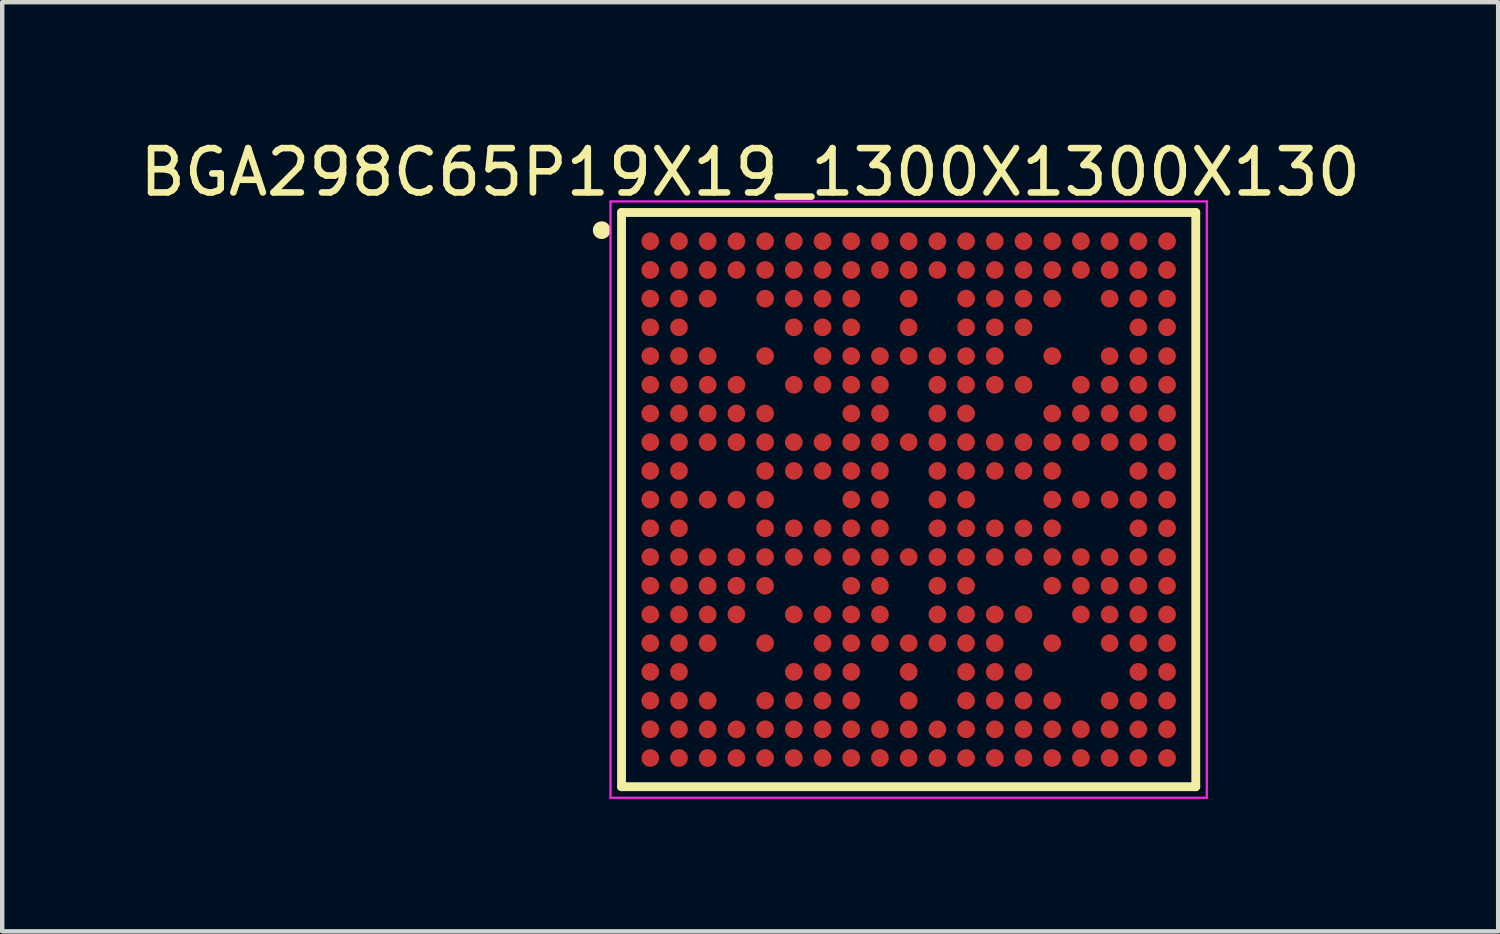
<source format=kicad_pcb>
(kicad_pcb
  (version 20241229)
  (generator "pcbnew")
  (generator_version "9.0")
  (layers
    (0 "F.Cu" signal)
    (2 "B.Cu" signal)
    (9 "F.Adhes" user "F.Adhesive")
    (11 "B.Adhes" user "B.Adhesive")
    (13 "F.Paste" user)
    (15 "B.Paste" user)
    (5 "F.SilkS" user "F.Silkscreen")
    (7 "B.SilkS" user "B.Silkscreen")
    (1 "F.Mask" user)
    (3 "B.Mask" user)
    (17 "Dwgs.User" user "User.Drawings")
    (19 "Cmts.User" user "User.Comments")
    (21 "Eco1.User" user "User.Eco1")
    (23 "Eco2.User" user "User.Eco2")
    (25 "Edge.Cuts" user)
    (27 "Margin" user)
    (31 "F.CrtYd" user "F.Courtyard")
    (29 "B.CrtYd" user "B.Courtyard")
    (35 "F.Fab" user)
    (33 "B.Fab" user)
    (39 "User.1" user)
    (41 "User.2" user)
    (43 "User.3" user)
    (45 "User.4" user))
  (footprint "BGA298C65P19X19_1300X1300X130"
    (layer "F.Cu")
    (at 17.522 8.261)
    (property "Reference" "BGA298C65P19X19_1300X1300X130" (at -3.587 -7.411 0) (layer "F.SilkS") (effects (font (size 1.003 1.003) (thickness 0.15))))
    (attr through_hole)
    (fp_line (start -6.5 -6.5) (end 6.5 -6.5) (stroke (width 0.2) (type solid)) (layer "F.SilkS"))
    (fp_line (start -6.5 6.5) (end -6.5 -6.5) (stroke (width 0.2) (type solid)) (layer "F.SilkS"))
    (fp_line (start 6.5 -6.5) (end 6.5 6.5) (stroke (width 0.2) (type solid)) (layer "F.SilkS"))
    (fp_line (start 6.5 6.5) (end -6.5 6.5) (stroke (width 0.2) (type solid)) (layer "F.SilkS"))
    (fp_circle (center -6.95 -6.1) (end -6.85 -6.1) (stroke (width 0.2) (type solid)) (fill no) (layer "F.SilkS"))
    (fp_line (start -6.75 -6.75) (end 6.75 -6.75) (stroke (width 0.05) (type solid)) (layer "F.CrtYd"))
    (fp_line (start -6.75 6.75) (end -6.75 -6.75) (stroke (width 0.05) (type solid)) (layer "F.CrtYd"))
    (fp_line (start 6.75 -6.75) (end 6.75 6.75) (stroke (width 0.05) (type solid)) (layer "F.CrtYd"))
    (fp_line (start 6.75 6.75) (end -6.75 6.75) (stroke (width 0.05) (type solid)) (layer "F.CrtYd"))
    (pad "A1" smd circle (at -5.85 -5.85) (size 0.4 0.4) (layers "F.Cu" "F.Mask" "F.Paste"))
    (pad "A2" smd circle (at -5.2 -5.85) (size 0.4 0.4) (layers "F.Cu" "F.Mask" "F.Paste"))
    (pad "A3" smd circle (at -4.55 -5.85) (size 0.4 0.4) (layers "F.Cu" "F.Mask" "F.Paste"))
    (pad "A4" smd circle (at -3.9 -5.85) (size 0.4 0.4) (layers "F.Cu" "F.Mask" "F.Paste"))
    (pad "A5" smd circle (at -3.25 -5.85) (size 0.4 0.4) (layers "F.Cu" "F.Mask" "F.Paste"))
    (pad "A6" smd circle (at -2.6 -5.85) (size 0.4 0.4) (layers "F.Cu" "F.Mask" "F.Paste"))
    (pad "A7" smd circle (at -1.95 -5.85) (size 0.4 0.4) (layers "F.Cu" "F.Mask" "F.Paste"))
    (pad "A8" smd circle (at -1.3 -5.85) (size 0.4 0.4) (layers "F.Cu" "F.Mask" "F.Paste"))
    (pad "A9" smd circle (at -0.65 -5.85) (size 0.4 0.4) (layers "F.Cu" "F.Mask" "F.Paste"))
    (pad "A10" smd circle (at 0 -5.85) (size 0.4 0.4) (layers "F.Cu" "F.Mask" "F.Paste"))
    (pad "A11" smd circle (at 0.65 -5.85) (size 0.4 0.4) (layers "F.Cu" "F.Mask" "F.Paste"))
    (pad "A12" smd circle (at 1.3 -5.85) (size 0.4 0.4) (layers "F.Cu" "F.Mask" "F.Paste"))
    (pad "A13" smd circle (at 1.95 -5.85) (size 0.4 0.4) (layers "F.Cu" "F.Mask" "F.Paste"))
    (pad "A14" smd circle (at 2.6 -5.85) (size 0.4 0.4) (layers "F.Cu" "F.Mask" "F.Paste"))
    (pad "A15" smd circle (at 3.25 -5.85) (size 0.4 0.4) (layers "F.Cu" "F.Mask" "F.Paste"))
    (pad "A16" smd circle (at 3.9 -5.85) (size 0.4 0.4) (layers "F.Cu" "F.Mask" "F.Paste"))
    (pad "A17" smd circle (at 4.55 -5.85) (size 0.4 0.4) (layers "F.Cu" "F.Mask" "F.Paste"))
    (pad "A18" smd circle (at 5.2 -5.85) (size 0.4 0.4) (layers "F.Cu" "F.Mask" "F.Paste"))
    (pad "A19" smd circle (at 5.85 -5.85) (size 0.4 0.4) (layers "F.Cu" "F.Mask" "F.Paste"))
    (pad "B1" smd circle (at -5.85 -5.2) (size 0.4 0.4) (layers "F.Cu" "F.Mask" "F.Paste"))
    (pad "B2" smd circle (at -5.2 -5.2) (size 0.4 0.4) (layers "F.Cu" "F.Mask" "F.Paste"))
    (pad "B3" smd circle (at -4.55 -5.2) (size 0.4 0.4) (layers "F.Cu" "F.Mask" "F.Paste"))
    (pad "B4" smd circle (at -3.9 -5.2) (size 0.4 0.4) (layers "F.Cu" "F.Mask" "F.Paste"))
    (pad "B5" smd circle (at -3.25 -5.2) (size 0.4 0.4) (layers "F.Cu" "F.Mask" "F.Paste"))
    (pad "B6" smd circle (at -2.6 -5.2) (size 0.4 0.4) (layers "F.Cu" "F.Mask" "F.Paste"))
    (pad "B7" smd circle (at -1.95 -5.2) (size 0.4 0.4) (layers "F.Cu" "F.Mask" "F.Paste"))
    (pad "B8" smd circle (at -1.3 -5.2) (size 0.4 0.4) (layers "F.Cu" "F.Mask" "F.Paste"))
    (pad "B9" smd circle (at -0.65 -5.2) (size 0.4 0.4) (layers "F.Cu" "F.Mask" "F.Paste"))
    (pad "B10" smd circle (at 0 -5.2) (size 0.4 0.4) (layers "F.Cu" "F.Mask" "F.Paste"))
    (pad "B11" smd circle (at 0.65 -5.2) (size 0.4 0.4) (layers "F.Cu" "F.Mask" "F.Paste"))
    (pad "B12" smd circle (at 1.3 -5.2) (size 0.4 0.4) (layers "F.Cu" "F.Mask" "F.Paste"))
    (pad "B13" smd circle (at 1.95 -5.2) (size 0.4 0.4) (layers "F.Cu" "F.Mask" "F.Paste"))
    (pad "B14" smd circle (at 2.6 -5.2) (size 0.4 0.4) (layers "F.Cu" "F.Mask" "F.Paste"))
    (pad "B15" smd circle (at 3.25 -5.2) (size 0.4 0.4) (layers "F.Cu" "F.Mask" "F.Paste"))
    (pad "B16" smd circle (at 3.9 -5.2) (size 0.4 0.4) (layers "F.Cu" "F.Mask" "F.Paste"))
    (pad "B17" smd circle (at 4.55 -5.2) (size 0.4 0.4) (layers "F.Cu" "F.Mask" "F.Paste"))
    (pad "B18" smd circle (at 5.2 -5.2) (size 0.4 0.4) (layers "F.Cu" "F.Mask" "F.Paste"))
    (pad "B19" smd circle (at 5.85 -5.2) (size 0.4 0.4) (layers "F.Cu" "F.Mask" "F.Paste"))
    (pad "C1" smd circle (at -5.85 -4.55) (size 0.4 0.4) (layers "F.Cu" "F.Mask" "F.Paste"))
    (pad "C2" smd circle (at -5.2 -4.55) (size 0.4 0.4) (layers "F.Cu" "F.Mask" "F.Paste"))
    (pad "C3" smd circle (at -4.55 -4.55) (size 0.4 0.4) (layers "F.Cu" "F.Mask" "F.Paste"))
    (pad "C5" smd circle (at -3.25 -4.55) (size 0.4 0.4) (layers "F.Cu" "F.Mask" "F.Paste"))
    (pad "C6" smd circle (at -2.6 -4.55) (size 0.4 0.4) (layers "F.Cu" "F.Mask" "F.Paste"))
    (pad "C7" smd circle (at -1.95 -4.55) (size 0.4 0.4) (layers "F.Cu" "F.Mask" "F.Paste"))
    (pad "C8" smd circle (at -1.3 -4.55) (size 0.4 0.4) (layers "F.Cu" "F.Mask" "F.Paste"))
    (pad "C10" smd circle (at 0 -4.55) (size 0.4 0.4) (layers "F.Cu" "F.Mask" "F.Paste"))
    (pad "C12" smd circle (at 1.3 -4.55) (size 0.4 0.4) (layers "F.Cu" "F.Mask" "F.Paste"))
    (pad "C13" smd circle (at 1.95 -4.55) (size 0.4 0.4) (layers "F.Cu" "F.Mask" "F.Paste"))
    (pad "C14" smd circle (at 2.6 -4.55) (size 0.4 0.4) (layers "F.Cu" "F.Mask" "F.Paste"))
    (pad "C15" smd circle (at 3.25 -4.55) (size 0.4 0.4) (layers "F.Cu" "F.Mask" "F.Paste"))
    (pad "C17" smd circle (at 4.55 -4.55) (size 0.4 0.4) (layers "F.Cu" "F.Mask" "F.Paste"))
    (pad "C18" smd circle (at 5.2 -4.55) (size 0.4 0.4) (layers "F.Cu" "F.Mask" "F.Paste"))
    (pad "C19" smd circle (at 5.85 -4.55) (size 0.4 0.4) (layers "F.Cu" "F.Mask" "F.Paste"))
    (pad "D1" smd circle (at -5.85 -3.9) (size 0.4 0.4) (layers "F.Cu" "F.Mask" "F.Paste"))
    (pad "D2" smd circle (at -5.2 -3.9) (size 0.4 0.4) (layers "F.Cu" "F.Mask" "F.Paste"))
    (pad "D6" smd circle (at -2.6 -3.9) (size 0.4 0.4) (layers "F.Cu" "F.Mask" "F.Paste"))
    (pad "D7" smd circle (at -1.95 -3.9) (size 0.4 0.4) (layers "F.Cu" "F.Mask" "F.Paste"))
    (pad "D8" smd circle (at -1.3 -3.9) (size 0.4 0.4) (layers "F.Cu" "F.Mask" "F.Paste"))
    (pad "D10" smd circle (at 0 -3.9) (size 0.4 0.4) (layers "F.Cu" "F.Mask" "F.Paste"))
    (pad "D12" smd circle (at 1.3 -3.9) (size 0.4 0.4) (layers "F.Cu" "F.Mask" "F.Paste"))
    (pad "D13" smd circle (at 1.95 -3.9) (size 0.4 0.4) (layers "F.Cu" "F.Mask" "F.Paste"))
    (pad "D14" smd circle (at 2.6 -3.9) (size 0.4 0.4) (layers "F.Cu" "F.Mask" "F.Paste"))
    (pad "D18" smd circle (at 5.2 -3.9) (size 0.4 0.4) (layers "F.Cu" "F.Mask" "F.Paste"))
    (pad "D19" smd circle (at 5.85 -3.9) (size 0.4 0.4) (layers "F.Cu" "F.Mask" "F.Paste"))
    (pad "E1" smd circle (at -5.85 -3.25) (size 0.4 0.4) (layers "F.Cu" "F.Mask" "F.Paste"))
    (pad "E2" smd circle (at -5.2 -3.25) (size 0.4 0.4) (layers "F.Cu" "F.Mask" "F.Paste"))
    (pad "E3" smd circle (at -4.55 -3.25) (size 0.4 0.4) (layers "F.Cu" "F.Mask" "F.Paste"))
    (pad "E5" smd circle (at -3.25 -3.25) (size 0.4 0.4) (layers "F.Cu" "F.Mask" "F.Paste"))
    (pad "E7" smd circle (at -1.95 -3.25) (size 0.4 0.4) (layers "F.Cu" "F.Mask" "F.Paste"))
    (pad "E8" smd circle (at -1.3 -3.25) (size 0.4 0.4) (layers "F.Cu" "F.Mask" "F.Paste"))
    (pad "E9" smd circle (at -0.65 -3.25) (size 0.4 0.4) (layers "F.Cu" "F.Mask" "F.Paste"))
    (pad "E10" smd circle (at 0 -3.25) (size 0.4 0.4) (layers "F.Cu" "F.Mask" "F.Paste"))
    (pad "E11" smd circle (at 0.65 -3.25) (size 0.4 0.4) (layers "F.Cu" "F.Mask" "F.Paste"))
    (pad "E12" smd circle (at 1.3 -3.25) (size 0.4 0.4) (layers "F.Cu" "F.Mask" "F.Paste"))
    (pad "E13" smd circle (at 1.95 -3.25) (size 0.4 0.4) (layers "F.Cu" "F.Mask" "F.Paste"))
    (pad "E15" smd circle (at 3.25 -3.25) (size 0.4 0.4) (layers "F.Cu" "F.Mask" "F.Paste"))
    (pad "E17" smd circle (at 4.55 -3.25) (size 0.4 0.4) (layers "F.Cu" "F.Mask" "F.Paste"))
    (pad "E18" smd circle (at 5.2 -3.25) (size 0.4 0.4) (layers "F.Cu" "F.Mask" "F.Paste"))
    (pad "E19" smd circle (at 5.85 -3.25) (size 0.4 0.4) (layers "F.Cu" "F.Mask" "F.Paste"))
    (pad "F1" smd circle (at -5.85 -2.6) (size 0.4 0.4) (layers "F.Cu" "F.Mask" "F.Paste"))
    (pad "F2" smd circle (at -5.2 -2.6) (size 0.4 0.4) (layers "F.Cu" "F.Mask" "F.Paste"))
    (pad "F3" smd circle (at -4.55 -2.6) (size 0.4 0.4) (layers "F.Cu" "F.Mask" "F.Paste"))
    (pad "F4" smd circle (at -3.9 -2.6) (size 0.4 0.4) (layers "F.Cu" "F.Mask" "F.Paste"))
    (pad "F6" smd circle (at -2.6 -2.6) (size 0.4 0.4) (layers "F.Cu" "F.Mask" "F.Paste"))
    (pad "F7" smd circle (at -1.95 -2.6) (size 0.4 0.4) (layers "F.Cu" "F.Mask" "F.Paste"))
    (pad "F8" smd circle (at -1.3 -2.6) (size 0.4 0.4) (layers "F.Cu" "F.Mask" "F.Paste"))
    (pad "F9" smd circle (at -0.65 -2.6) (size 0.4 0.4) (layers "F.Cu" "F.Mask" "F.Paste"))
    (pad "F11" smd circle (at 0.65 -2.6) (size 0.4 0.4) (layers "F.Cu" "F.Mask" "F.Paste"))
    (pad "F12" smd circle (at 1.3 -2.6) (size 0.4 0.4) (layers "F.Cu" "F.Mask" "F.Paste"))
    (pad "F13" smd circle (at 1.95 -2.6) (size 0.4 0.4) (layers "F.Cu" "F.Mask" "F.Paste"))
    (pad "F14" smd circle (at 2.6 -2.6) (size 0.4 0.4) (layers "F.Cu" "F.Mask" "F.Paste"))
    (pad "F16" smd circle (at 3.9 -2.6) (size 0.4 0.4) (layers "F.Cu" "F.Mask" "F.Paste"))
    (pad "F17" smd circle (at 4.55 -2.6) (size 0.4 0.4) (layers "F.Cu" "F.Mask" "F.Paste"))
    (pad "F18" smd circle (at 5.2 -2.6) (size 0.4 0.4) (layers "F.Cu" "F.Mask" "F.Paste"))
    (pad "F19" smd circle (at 5.85 -2.6) (size 0.4 0.4) (layers "F.Cu" "F.Mask" "F.Paste"))
    (pad "G1" smd circle (at -5.85 -1.95) (size 0.4 0.4) (layers "F.Cu" "F.Mask" "F.Paste"))
    (pad "G2" smd circle (at -5.2 -1.95) (size 0.4 0.4) (layers "F.Cu" "F.Mask" "F.Paste"))
    (pad "G3" smd circle (at -4.55 -1.95) (size 0.4 0.4) (layers "F.Cu" "F.Mask" "F.Paste"))
    (pad "G4" smd circle (at -3.9 -1.95) (size 0.4 0.4) (layers "F.Cu" "F.Mask" "F.Paste"))
    (pad "G5" smd circle (at -3.25 -1.95) (size 0.4 0.4) (layers "F.Cu" "F.Mask" "F.Paste"))
    (pad "G8" smd circle (at -1.3 -1.95) (size 0.4 0.4) (layers "F.Cu" "F.Mask" "F.Paste"))
    (pad "G9" smd circle (at -0.65 -1.95) (size 0.4 0.4) (layers "F.Cu" "F.Mask" "F.Paste"))
    (pad "G11" smd circle (at 0.65 -1.95) (size 0.4 0.4) (layers "F.Cu" "F.Mask" "F.Paste"))
    (pad "G12" smd circle (at 1.3 -1.95) (size 0.4 0.4) (layers "F.Cu" "F.Mask" "F.Paste"))
    (pad "G15" smd circle (at 3.25 -1.95) (size 0.4 0.4) (layers "F.Cu" "F.Mask" "F.Paste"))
    (pad "G16" smd circle (at 3.9 -1.95) (size 0.4 0.4) (layers "F.Cu" "F.Mask" "F.Paste"))
    (pad "G17" smd circle (at 4.55 -1.95) (size 0.4 0.4) (layers "F.Cu" "F.Mask" "F.Paste"))
    (pad "G18" smd circle (at 5.2 -1.95) (size 0.4 0.4) (layers "F.Cu" "F.Mask" "F.Paste"))
    (pad "G19" smd circle (at 5.85 -1.95) (size 0.4 0.4) (layers "F.Cu" "F.Mask" "F.Paste"))
    (pad "H1" smd circle (at -5.85 -1.3) (size 0.4 0.4) (layers "F.Cu" "F.Mask" "F.Paste"))
    (pad "H2" smd circle (at -5.2 -1.3) (size 0.4 0.4) (layers "F.Cu" "F.Mask" "F.Paste"))
    (pad "H3" smd circle (at -4.55 -1.3) (size 0.4 0.4) (layers "F.Cu" "F.Mask" "F.Paste"))
    (pad "H4" smd circle (at -3.9 -1.3) (size 0.4 0.4) (layers "F.Cu" "F.Mask" "F.Paste"))
    (pad "H5" smd circle (at -3.25 -1.3) (size 0.4 0.4) (layers "F.Cu" "F.Mask" "F.Paste"))
    (pad "H6" smd circle (at -2.6 -1.3) (size 0.4 0.4) (layers "F.Cu" "F.Mask" "F.Paste"))
    (pad "H7" smd circle (at -1.95 -1.3) (size 0.4 0.4) (layers "F.Cu" "F.Mask" "F.Paste"))
    (pad "H8" smd circle (at -1.3 -1.3) (size 0.4 0.4) (layers "F.Cu" "F.Mask" "F.Paste"))
    (pad "H9" smd circle (at -0.65 -1.3) (size 0.4 0.4) (layers "F.Cu" "F.Mask" "F.Paste"))
    (pad "H10" smd circle (at 0 -1.3) (size 0.4 0.4) (layers "F.Cu" "F.Mask" "F.Paste"))
    (pad "H11" smd circle (at 0.65 -1.3) (size 0.4 0.4) (layers "F.Cu" "F.Mask" "F.Paste"))
    (pad "H12" smd circle (at 1.3 -1.3) (size 0.4 0.4) (layers "F.Cu" "F.Mask" "F.Paste"))
    (pad "H13" smd circle (at 1.95 -1.3) (size 0.4 0.4) (layers "F.Cu" "F.Mask" "F.Paste"))
    (pad "H14" smd circle (at 2.6 -1.3) (size 0.4 0.4) (layers "F.Cu" "F.Mask" "F.Paste"))
    (pad "H15" smd circle (at 3.25 -1.3) (size 0.4 0.4) (layers "F.Cu" "F.Mask" "F.Paste"))
    (pad "H16" smd circle (at 3.9 -1.3) (size 0.4 0.4) (layers "F.Cu" "F.Mask" "F.Paste"))
    (pad "H17" smd circle (at 4.55 -1.3) (size 0.4 0.4) (layers "F.Cu" "F.Mask" "F.Paste"))
    (pad "H18" smd circle (at 5.2 -1.3) (size 0.4 0.4) (layers "F.Cu" "F.Mask" "F.Paste"))
    (pad "H19" smd circle (at 5.85 -1.3) (size 0.4 0.4) (layers "F.Cu" "F.Mask" "F.Paste"))
    (pad "J1" smd circle (at -5.85 -0.65) (size 0.4 0.4) (layers "F.Cu" "F.Mask" "F.Paste"))
    (pad "J2" smd circle (at -5.2 -0.65) (size 0.4 0.4) (layers "F.Cu" "F.Mask" "F.Paste"))
    (pad "J5" smd circle (at -3.25 -0.65) (size 0.4 0.4) (layers "F.Cu" "F.Mask" "F.Paste"))
    (pad "J6" smd circle (at -2.6 -0.65) (size 0.4 0.4) (layers "F.Cu" "F.Mask" "F.Paste"))
    (pad "J7" smd circle (at -1.95 -0.65) (size 0.4 0.4) (layers "F.Cu" "F.Mask" "F.Paste"))
    (pad "J8" smd circle (at -1.3 -0.65) (size 0.4 0.4) (layers "F.Cu" "F.Mask" "F.Paste"))
    (pad "J9" smd circle (at -0.65 -0.65) (size 0.4 0.4) (layers "F.Cu" "F.Mask" "F.Paste"))
    (pad "J11" smd circle (at 0.65 -0.65) (size 0.4 0.4) (layers "F.Cu" "F.Mask" "F.Paste"))
    (pad "J12" smd circle (at 1.3 -0.65) (size 0.4 0.4) (layers "F.Cu" "F.Mask" "F.Paste"))
    (pad "J13" smd circle (at 1.95 -0.65) (size 0.4 0.4) (layers "F.Cu" "F.Mask" "F.Paste"))
    (pad "J14" smd circle (at 2.6 -0.65) (size 0.4 0.4) (layers "F.Cu" "F.Mask" "F.Paste"))
    (pad "J15" smd circle (at 3.25 -0.65) (size 0.4 0.4) (layers "F.Cu" "F.Mask" "F.Paste"))
    (pad "J18" smd circle (at 5.2 -0.65) (size 0.4 0.4) (layers "F.Cu" "F.Mask" "F.Paste"))
    (pad "J19" smd circle (at 5.85 -0.65) (size 0.4 0.4) (layers "F.Cu" "F.Mask" "F.Paste"))
    (pad "K1" smd circle (at -5.85 0) (size 0.4 0.4) (layers "F.Cu" "F.Mask" "F.Paste"))
    (pad "K2" smd circle (at -5.2 0) (size 0.4 0.4) (layers "F.Cu" "F.Mask" "F.Paste"))
    (pad "K3" smd circle (at -4.55 0) (size 0.4 0.4) (layers "F.Cu" "F.Mask" "F.Paste"))
    (pad "K4" smd circle (at -3.9 0) (size 0.4 0.4) (layers "F.Cu" "F.Mask" "F.Paste"))
    (pad "K5" smd circle (at -3.25 0) (size 0.4 0.4) (layers "F.Cu" "F.Mask" "F.Paste"))
    (pad "K8" smd circle (at -1.3 0) (size 0.4 0.4) (layers "F.Cu" "F.Mask" "F.Paste"))
    (pad "K9" smd circle (at -0.65 0) (size 0.4 0.4) (layers "F.Cu" "F.Mask" "F.Paste"))
    (pad "K11" smd circle (at 0.65 0) (size 0.4 0.4) (layers "F.Cu" "F.Mask" "F.Paste"))
    (pad "K12" smd circle (at 1.3 0) (size 0.4 0.4) (layers "F.Cu" "F.Mask" "F.Paste"))
    (pad "K15" smd circle (at 3.25 0) (size 0.4 0.4) (layers "F.Cu" "F.Mask" "F.Paste"))
    (pad "K16" smd circle (at 3.9 0) (size 0.4 0.4) (layers "F.Cu" "F.Mask" "F.Paste"))
    (pad "K17" smd circle (at 4.55 0) (size 0.4 0.4) (layers "F.Cu" "F.Mask" "F.Paste"))
    (pad "K18" smd circle (at 5.2 0) (size 0.4 0.4) (layers "F.Cu" "F.Mask" "F.Paste"))
    (pad "K19" smd circle (at 5.85 0) (size 0.4 0.4) (layers "F.Cu" "F.Mask" "F.Paste"))
    (pad "L1" smd circle (at -5.85 0.65) (size 0.4 0.4) (layers "F.Cu" "F.Mask" "F.Paste"))
    (pad "L2" smd circle (at -5.2 0.65) (size 0.4 0.4) (layers "F.Cu" "F.Mask" "F.Paste"))
    (pad "L5" smd circle (at -3.25 0.65) (size 0.4 0.4) (layers "F.Cu" "F.Mask" "F.Paste"))
    (pad "L6" smd circle (at -2.6 0.65) (size 0.4 0.4) (layers "F.Cu" "F.Mask" "F.Paste"))
    (pad "L7" smd circle (at -1.95 0.65) (size 0.4 0.4) (layers "F.Cu" "F.Mask" "F.Paste"))
    (pad "L8" smd circle (at -1.3 0.65) (size 0.4 0.4) (layers "F.Cu" "F.Mask" "F.Paste"))
    (pad "L9" smd circle (at -0.65 0.65) (size 0.4 0.4) (layers "F.Cu" "F.Mask" "F.Paste"))
    (pad "L11" smd circle (at 0.65 0.65) (size 0.4 0.4) (layers "F.Cu" "F.Mask" "F.Paste"))
    (pad "L12" smd circle (at 1.3 0.65) (size 0.4 0.4) (layers "F.Cu" "F.Mask" "F.Paste"))
    (pad "L13" smd circle (at 1.95 0.65) (size 0.4 0.4) (layers "F.Cu" "F.Mask" "F.Paste"))
    (pad "L14" smd circle (at 2.6 0.65) (size 0.4 0.4) (layers "F.Cu" "F.Mask" "F.Paste"))
    (pad "L15" smd circle (at 3.25 0.65) (size 0.4 0.4) (layers "F.Cu" "F.Mask" "F.Paste"))
    (pad "L18" smd circle (at 5.2 0.65) (size 0.4 0.4) (layers "F.Cu" "F.Mask" "F.Paste"))
    (pad "L19" smd circle (at 5.85 0.65) (size 0.4 0.4) (layers "F.Cu" "F.Mask" "F.Paste"))
    (pad "M1" smd circle (at -5.85 1.3) (size 0.4 0.4) (layers "F.Cu" "F.Mask" "F.Paste"))
    (pad "M2" smd circle (at -5.2 1.3) (size 0.4 0.4) (layers "F.Cu" "F.Mask" "F.Paste"))
    (pad "M3" smd circle (at -4.55 1.3) (size 0.4 0.4) (layers "F.Cu" "F.Mask" "F.Paste"))
    (pad "M4" smd circle (at -3.9 1.3) (size 0.4 0.4) (layers "F.Cu" "F.Mask" "F.Paste"))
    (pad "M5" smd circle (at -3.25 1.3) (size 0.4 0.4) (layers "F.Cu" "F.Mask" "F.Paste"))
    (pad "M6" smd circle (at -2.6 1.3) (size 0.4 0.4) (layers "F.Cu" "F.Mask" "F.Paste"))
    (pad "M7" smd circle (at -1.95 1.3) (size 0.4 0.4) (layers "F.Cu" "F.Mask" "F.Paste"))
    (pad "M8" smd circle (at -1.3 1.3) (size 0.4 0.4) (layers "F.Cu" "F.Mask" "F.Paste"))
    (pad "M9" smd circle (at -0.65 1.3) (size 0.4 0.4) (layers "F.Cu" "F.Mask" "F.Paste"))
    (pad "M10" smd circle (at 0 1.3) (size 0.4 0.4) (layers "F.Cu" "F.Mask" "F.Paste"))
    (pad "M11" smd circle (at 0.65 1.3) (size 0.4 0.4) (layers "F.Cu" "F.Mask" "F.Paste"))
    (pad "M12" smd circle (at 1.3 1.3) (size 0.4 0.4) (layers "F.Cu" "F.Mask" "F.Paste"))
    (pad "M13" smd circle (at 1.95 1.3) (size 0.4 0.4) (layers "F.Cu" "F.Mask" "F.Paste"))
    (pad "M14" smd circle (at 2.6 1.3) (size 0.4 0.4) (layers "F.Cu" "F.Mask" "F.Paste"))
    (pad "M15" smd circle (at 3.25 1.3) (size 0.4 0.4) (layers "F.Cu" "F.Mask" "F.Paste"))
    (pad "M16" smd circle (at 3.9 1.3) (size 0.4 0.4) (layers "F.Cu" "F.Mask" "F.Paste"))
    (pad "M17" smd circle (at 4.55 1.3) (size 0.4 0.4) (layers "F.Cu" "F.Mask" "F.Paste"))
    (pad "M18" smd circle (at 5.2 1.3) (size 0.4 0.4) (layers "F.Cu" "F.Mask" "F.Paste"))
    (pad "M19" smd circle (at 5.85 1.3) (size 0.4 0.4) (layers "F.Cu" "F.Mask" "F.Paste"))
    (pad "N1" smd circle (at -5.85 1.95) (size 0.4 0.4) (layers "F.Cu" "F.Mask" "F.Paste"))
    (pad "N2" smd circle (at -5.2 1.95) (size 0.4 0.4) (layers "F.Cu" "F.Mask" "F.Paste"))
    (pad "N3" smd circle (at -4.55 1.95) (size 0.4 0.4) (layers "F.Cu" "F.Mask" "F.Paste"))
    (pad "N4" smd circle (at -3.9 1.95) (size 0.4 0.4) (layers "F.Cu" "F.Mask" "F.Paste"))
    (pad "N5" smd circle (at -3.25 1.95) (size 0.4 0.4) (layers "F.Cu" "F.Mask" "F.Paste"))
    (pad "N8" smd circle (at -1.3 1.95) (size 0.4 0.4) (layers "F.Cu" "F.Mask" "F.Paste"))
    (pad "N9" smd circle (at -0.65 1.95) (size 0.4 0.4) (layers "F.Cu" "F.Mask" "F.Paste"))
    (pad "N11" smd circle (at 0.65 1.95) (size 0.4 0.4) (layers "F.Cu" "F.Mask" "F.Paste"))
    (pad "N12" smd circle (at 1.3 1.95) (size 0.4 0.4) (layers "F.Cu" "F.Mask" "F.Paste"))
    (pad "N15" smd circle (at 3.25 1.95) (size 0.4 0.4) (layers "F.Cu" "F.Mask" "F.Paste"))
    (pad "N16" smd circle (at 3.9 1.95) (size 0.4 0.4) (layers "F.Cu" "F.Mask" "F.Paste"))
    (pad "N17" smd circle (at 4.55 1.95) (size 0.4 0.4) (layers "F.Cu" "F.Mask" "F.Paste"))
    (pad "N18" smd circle (at 5.2 1.95) (size 0.4 0.4) (layers "F.Cu" "F.Mask" "F.Paste"))
    (pad "N19" smd circle (at 5.85 1.95) (size 0.4 0.4) (layers "F.Cu" "F.Mask" "F.Paste"))
    (pad "P1" smd circle (at -5.85 2.6) (size 0.4 0.4) (layers "F.Cu" "F.Mask" "F.Paste"))
    (pad "P2" smd circle (at -5.2 2.6) (size 0.4 0.4) (layers "F.Cu" "F.Mask" "F.Paste"))
    (pad "P3" smd circle (at -4.55 2.6) (size 0.4 0.4) (layers "F.Cu" "F.Mask" "F.Paste"))
    (pad "P4" smd circle (at -3.9 2.6) (size 0.4 0.4) (layers "F.Cu" "F.Mask" "F.Paste"))
    (pad "P6" smd circle (at -2.6 2.6) (size 0.4 0.4) (layers "F.Cu" "F.Mask" "F.Paste"))
    (pad "P7" smd circle (at -1.95 2.6) (size 0.4 0.4) (layers "F.Cu" "F.Mask" "F.Paste"))
    (pad "P8" smd circle (at -1.3 2.6) (size 0.4 0.4) (layers "F.Cu" "F.Mask" "F.Paste"))
    (pad "P9" smd circle (at -0.65 2.6) (size 0.4 0.4) (layers "F.Cu" "F.Mask" "F.Paste"))
    (pad "P11" smd circle (at 0.65 2.6) (size 0.4 0.4) (layers "F.Cu" "F.Mask" "F.Paste"))
    (pad "P12" smd circle (at 1.3 2.6) (size 0.4 0.4) (layers "F.Cu" "F.Mask" "F.Paste"))
    (pad "P13" smd circle (at 1.95 2.6) (size 0.4 0.4) (layers "F.Cu" "F.Mask" "F.Paste"))
    (pad "P14" smd circle (at 2.6 2.6) (size 0.4 0.4) (layers "F.Cu" "F.Mask" "F.Paste"))
    (pad "P16" smd circle (at 3.9 2.6) (size 0.4 0.4) (layers "F.Cu" "F.Mask" "F.Paste"))
    (pad "P17" smd circle (at 4.55 2.6) (size 0.4 0.4) (layers "F.Cu" "F.Mask" "F.Paste"))
    (pad "P18" smd circle (at 5.2 2.6) (size 0.4 0.4) (layers "F.Cu" "F.Mask" "F.Paste"))
    (pad "P19" smd circle (at 5.85 2.6) (size 0.4 0.4) (layers "F.Cu" "F.Mask" "F.Paste"))
    (pad "R1" smd circle (at -5.85 3.25) (size 0.4 0.4) (layers "F.Cu" "F.Mask" "F.Paste"))
    (pad "R2" smd circle (at -5.2 3.25) (size 0.4 0.4) (layers "F.Cu" "F.Mask" "F.Paste"))
    (pad "R3" smd circle (at -4.55 3.25) (size 0.4 0.4) (layers "F.Cu" "F.Mask" "F.Paste"))
    (pad "R5" smd circle (at -3.25 3.25) (size 0.4 0.4) (layers "F.Cu" "F.Mask" "F.Paste"))
    (pad "R7" smd circle (at -1.95 3.25) (size 0.4 0.4) (layers "F.Cu" "F.Mask" "F.Paste"))
    (pad "R8" smd circle (at -1.3 3.25) (size 0.4 0.4) (layers "F.Cu" "F.Mask" "F.Paste"))
    (pad "R9" smd circle (at -0.65 3.25) (size 0.4 0.4) (layers "F.Cu" "F.Mask" "F.Paste"))
    (pad "R10" smd circle (at 0 3.25) (size 0.4 0.4) (layers "F.Cu" "F.Mask" "F.Paste"))
    (pad "R11" smd circle (at 0.65 3.25) (size 0.4 0.4) (layers "F.Cu" "F.Mask" "F.Paste"))
    (pad "R12" smd circle (at 1.3 3.25) (size 0.4 0.4) (layers "F.Cu" "F.Mask" "F.Paste"))
    (pad "R13" smd circle (at 1.95 3.25) (size 0.4 0.4) (layers "F.Cu" "F.Mask" "F.Paste"))
    (pad "R15" smd circle (at 3.25 3.25) (size 0.4 0.4) (layers "F.Cu" "F.Mask" "F.Paste"))
    (pad "R17" smd circle (at 4.55 3.25) (size 0.4 0.4) (layers "F.Cu" "F.Mask" "F.Paste"))
    (pad "R18" smd circle (at 5.2 3.25) (size 0.4 0.4) (layers "F.Cu" "F.Mask" "F.Paste"))
    (pad "R19" smd circle (at 5.85 3.25) (size 0.4 0.4) (layers "F.Cu" "F.Mask" "F.Paste"))
    (pad "T1" smd circle (at -5.85 3.9) (size 0.4 0.4) (layers "F.Cu" "F.Mask" "F.Paste"))
    (pad "T2" smd circle (at -5.2 3.9) (size 0.4 0.4) (layers "F.Cu" "F.Mask" "F.Paste"))
    (pad "T6" smd circle (at -2.6 3.9) (size 0.4 0.4) (layers "F.Cu" "F.Mask" "F.Paste"))
    (pad "T7" smd circle (at -1.95 3.9) (size 0.4 0.4) (layers "F.Cu" "F.Mask" "F.Paste"))
    (pad "T8" smd circle (at -1.3 3.9) (size 0.4 0.4) (layers "F.Cu" "F.Mask" "F.Paste"))
    (pad "T10" smd circle (at 0 3.9) (size 0.4 0.4) (layers "F.Cu" "F.Mask" "F.Paste"))
    (pad "T12" smd circle (at 1.3 3.9) (size 0.4 0.4) (layers "F.Cu" "F.Mask" "F.Paste"))
    (pad "T13" smd circle (at 1.95 3.9) (size 0.4 0.4) (layers "F.Cu" "F.Mask" "F.Paste"))
    (pad "T14" smd circle (at 2.6 3.9) (size 0.4 0.4) (layers "F.Cu" "F.Mask" "F.Paste"))
    (pad "T18" smd circle (at 5.2 3.9) (size 0.4 0.4) (layers "F.Cu" "F.Mask" "F.Paste"))
    (pad "T19" smd circle (at 5.85 3.9) (size 0.4 0.4) (layers "F.Cu" "F.Mask" "F.Paste"))
    (pad "U1" smd circle (at -5.85 4.55) (size 0.4 0.4) (layers "F.Cu" "F.Mask" "F.Paste"))
    (pad "U2" smd circle (at -5.2 4.55) (size 0.4 0.4) (layers "F.Cu" "F.Mask" "F.Paste"))
    (pad "U3" smd circle (at -4.55 4.55) (size 0.4 0.4) (layers "F.Cu" "F.Mask" "F.Paste"))
    (pad "U5" smd circle (at -3.25 4.55) (size 0.4 0.4) (layers "F.Cu" "F.Mask" "F.Paste"))
    (pad "U6" smd circle (at -2.6 4.55) (size 0.4 0.4) (layers "F.Cu" "F.Mask" "F.Paste"))
    (pad "U7" smd circle (at -1.95 4.55) (size 0.4 0.4) (layers "F.Cu" "F.Mask" "F.Paste"))
    (pad "U8" smd circle (at -1.3 4.55) (size 0.4 0.4) (layers "F.Cu" "F.Mask" "F.Paste"))
    (pad "U10" smd circle (at 0 4.55) (size 0.4 0.4) (layers "F.Cu" "F.Mask" "F.Paste"))
    (pad "U12" smd circle (at 1.3 4.55) (size 0.4 0.4) (layers "F.Cu" "F.Mask" "F.Paste"))
    (pad "U13" smd circle (at 1.95 4.55) (size 0.4 0.4) (layers "F.Cu" "F.Mask" "F.Paste"))
    (pad "U14" smd circle (at 2.6 4.55) (size 0.4 0.4) (layers "F.Cu" "F.Mask" "F.Paste"))
    (pad "U15" smd circle (at 3.25 4.55) (size 0.4 0.4) (layers "F.Cu" "F.Mask" "F.Paste"))
    (pad "U17" smd circle (at 4.55 4.55) (size 0.4 0.4) (layers "F.Cu" "F.Mask" "F.Paste"))
    (pad "U18" smd circle (at 5.2 4.55) (size 0.4 0.4) (layers "F.Cu" "F.Mask" "F.Paste"))
    (pad "U19" smd circle (at 5.85 4.55) (size 0.4 0.4) (layers "F.Cu" "F.Mask" "F.Paste"))
    (pad "V1" smd circle (at -5.85 5.2) (size 0.4 0.4) (layers "F.Cu" "F.Mask" "F.Paste"))
    (pad "V2" smd circle (at -5.2 5.2) (size 0.4 0.4) (layers "F.Cu" "F.Mask" "F.Paste"))
    (pad "V3" smd circle (at -4.55 5.2) (size 0.4 0.4) (layers "F.Cu" "F.Mask" "F.Paste"))
    (pad "V4" smd circle (at -3.9 5.2) (size 0.4 0.4) (layers "F.Cu" "F.Mask" "F.Paste"))
    (pad "V5" smd circle (at -3.25 5.2) (size 0.4 0.4) (layers "F.Cu" "F.Mask" "F.Paste"))
    (pad "V6" smd circle (at -2.6 5.2) (size 0.4 0.4) (layers "F.Cu" "F.Mask" "F.Paste"))
    (pad "V7" smd circle (at -1.95 5.2) (size 0.4 0.4) (layers "F.Cu" "F.Mask" "F.Paste"))
    (pad "V8" smd circle (at -1.3 5.2) (size 0.4 0.4) (layers "F.Cu" "F.Mask" "F.Paste"))
    (pad "V9" smd circle (at -0.65 5.2) (size 0.4 0.4) (layers "F.Cu" "F.Mask" "F.Paste"))
    (pad "V10" smd circle (at 0 5.2) (size 0.4 0.4) (layers "F.Cu" "F.Mask" "F.Paste"))
    (pad "V11" smd circle (at 0.65 5.2) (size 0.4 0.4) (layers "F.Cu" "F.Mask" "F.Paste"))
    (pad "V12" smd circle (at 1.3 5.2) (size 0.4 0.4) (layers "F.Cu" "F.Mask" "F.Paste"))
    (pad "V13" smd circle (at 1.95 5.2) (size 0.4 0.4) (layers "F.Cu" "F.Mask" "F.Paste"))
    (pad "V14" smd circle (at 2.6 5.2) (size 0.4 0.4) (layers "F.Cu" "F.Mask" "F.Paste"))
    (pad "V15" smd circle (at 3.25 5.2) (size 0.4 0.4) (layers "F.Cu" "F.Mask" "F.Paste"))
    (pad "V16" smd circle (at 3.9 5.2) (size 0.4 0.4) (layers "F.Cu" "F.Mask" "F.Paste"))
    (pad "V17" smd circle (at 4.55 5.2) (size 0.4 0.4) (layers "F.Cu" "F.Mask" "F.Paste"))
    (pad "V18" smd circle (at 5.2 5.2) (size 0.4 0.4) (layers "F.Cu" "F.Mask" "F.Paste"))
    (pad "V19" smd circle (at 5.85 5.2) (size 0.4 0.4) (layers "F.Cu" "F.Mask" "F.Paste"))
    (pad "W1" smd circle (at -5.85 5.85) (size 0.4 0.4) (layers "F.Cu" "F.Mask" "F.Paste"))
    (pad "W2" smd circle (at -5.2 5.85) (size 0.4 0.4) (layers "F.Cu" "F.Mask" "F.Paste"))
    (pad "W3" smd circle (at -4.55 5.85) (size 0.4 0.4) (layers "F.Cu" "F.Mask" "F.Paste"))
    (pad "W4" smd circle (at -3.9 5.85) (size 0.4 0.4) (layers "F.Cu" "F.Mask" "F.Paste"))
    (pad "W5" smd circle (at -3.25 5.85) (size 0.4 0.4) (layers "F.Cu" "F.Mask" "F.Paste"))
    (pad "W6" smd circle (at -2.6 5.85) (size 0.4 0.4) (layers "F.Cu" "F.Mask" "F.Paste"))
    (pad "W7" smd circle (at -1.95 5.85) (size 0.4 0.4) (layers "F.Cu" "F.Mask" "F.Paste"))
    (pad "W8" smd circle (at -1.3 5.85) (size 0.4 0.4) (layers "F.Cu" "F.Mask" "F.Paste"))
    (pad "W9" smd circle (at -0.65 5.85) (size 0.4 0.4) (layers "F.Cu" "F.Mask" "F.Paste"))
    (pad "W10" smd circle (at 0 5.85) (size 0.4 0.4) (layers "F.Cu" "F.Mask" "F.Paste"))
    (pad "W11" smd circle (at 0.65 5.85) (size 0.4 0.4) (layers "F.Cu" "F.Mask" "F.Paste"))
    (pad "W12" smd circle (at 1.3 5.85) (size 0.4 0.4) (layers "F.Cu" "F.Mask" "F.Paste"))
    (pad "W13" smd circle (at 1.95 5.85) (size 0.4 0.4) (layers "F.Cu" "F.Mask" "F.Paste"))
    (pad "W14" smd circle (at 2.6 5.85) (size 0.4 0.4) (layers "F.Cu" "F.Mask" "F.Paste"))
    (pad "W15" smd circle (at 3.25 5.85) (size 0.4 0.4) (layers "F.Cu" "F.Mask" "F.Paste"))
    (pad "W16" smd circle (at 3.9 5.85) (size 0.4 0.4) (layers "F.Cu" "F.Mask" "F.Paste"))
    (pad "W17" smd circle (at 4.55 5.85) (size 0.4 0.4) (layers "F.Cu" "F.Mask" "F.Paste"))
    (pad "W18" smd circle (at 5.2 5.85) (size 0.4 0.4) (layers "F.Cu" "F.Mask" "F.Paste"))
    (pad "W19" smd circle (at 5.85 5.85) (size 0.4 0.4) (layers "F.Cu" "F.Mask" "F.Paste")))
  (gr_rect
    (start -3 -3)
    (end 30.868 18.036)
    (stroke (width 0.1) (type default))
    (fill no)
    (layer "Edge.Cuts")))
</source>
